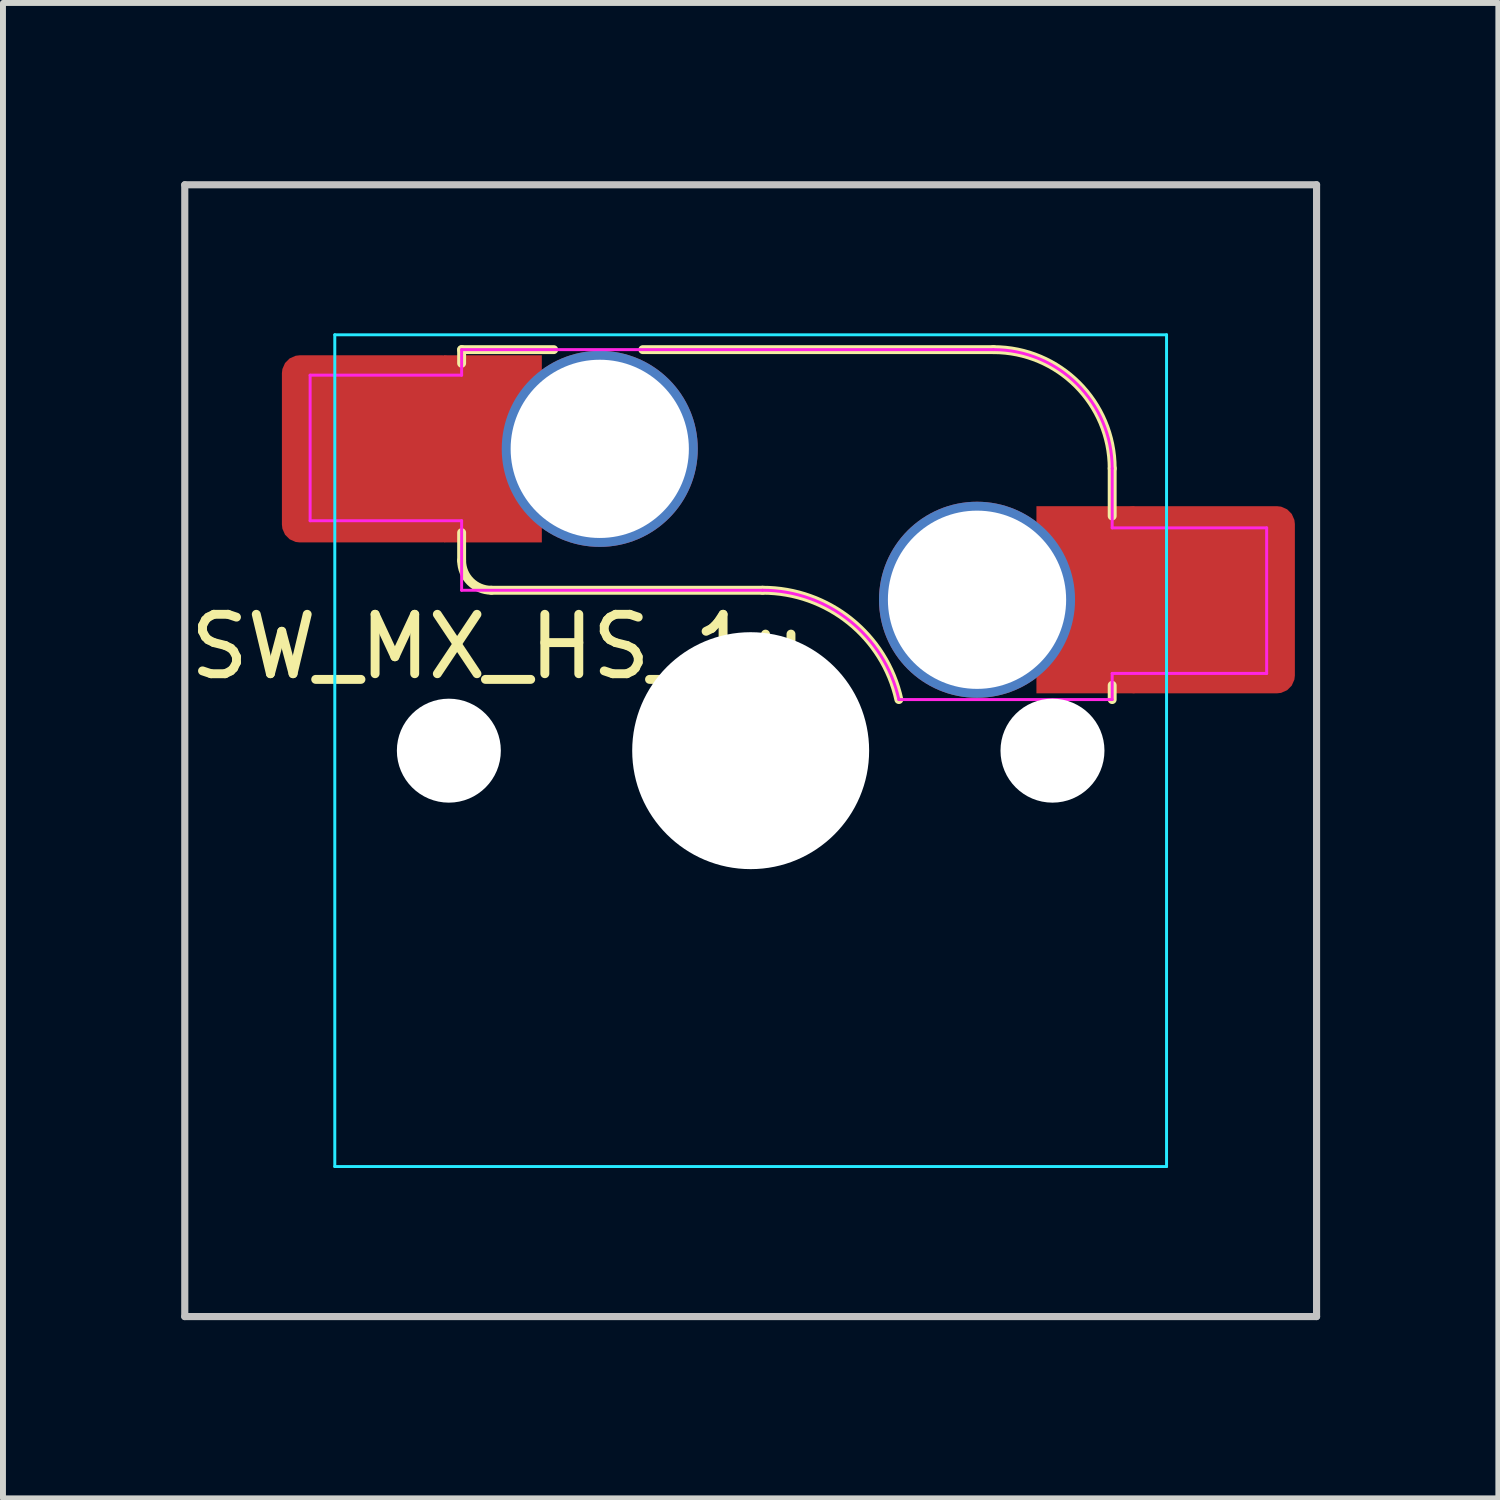
<source format=kicad_pcb>
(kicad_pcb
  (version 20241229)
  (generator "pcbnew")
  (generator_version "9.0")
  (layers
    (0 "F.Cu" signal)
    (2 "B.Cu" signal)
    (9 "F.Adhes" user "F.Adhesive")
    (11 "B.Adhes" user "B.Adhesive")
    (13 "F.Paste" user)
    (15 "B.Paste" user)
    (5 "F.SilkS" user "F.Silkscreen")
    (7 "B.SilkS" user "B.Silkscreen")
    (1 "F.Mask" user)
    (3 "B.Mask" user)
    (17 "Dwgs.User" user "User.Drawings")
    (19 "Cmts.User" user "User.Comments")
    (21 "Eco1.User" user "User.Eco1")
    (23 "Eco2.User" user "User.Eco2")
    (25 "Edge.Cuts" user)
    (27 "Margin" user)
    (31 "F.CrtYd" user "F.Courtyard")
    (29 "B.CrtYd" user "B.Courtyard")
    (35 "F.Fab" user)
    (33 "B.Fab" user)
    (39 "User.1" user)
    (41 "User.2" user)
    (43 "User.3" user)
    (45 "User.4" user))
  (footprint "SW_MX_HS_1u"
    (layer "F.Cu")
    (at 9.585 9.585)
    (property "Reference" "SW_MX_HS_1u" (at -4.25 -1.75 0) (layer "F.SilkS") (effects (font (size 1 1) (thickness 0.15))))
    (attr smd)
    (fp_line (start -4.865 -6.75) (end -4.865 -6.52) (stroke (width 0.15) (type solid)) (layer "F.SilkS"))
    (fp_line (start -4.865 -3.67) (end -4.865 -3.2) (stroke (width 0.15) (type solid)) (layer "F.SilkS"))
    (fp_line (start -4.365 -2.7) (end 0.2 -2.7) (stroke (width 0.15) (type solid)) (layer "F.SilkS"))
    (fp_line (start -3.315 -6.75) (end -4.865 -6.75) (stroke (width 0.15) (type solid)) (layer "F.SilkS"))
    (fp_line (start 4.085 -6.75) (end -1.815 -6.75) (stroke (width 0.15) (type solid)) (layer "F.SilkS"))
    (fp_line (start 6.085 -3.95) (end 6.085 -4.75) (stroke (width 0.15) (type solid)) (layer "F.SilkS"))
    (fp_line (start 6.085 -1.1) (end 6.085 -0.86) (stroke (width 0.15) (type solid)) (layer "F.SilkS"))
    (fp_arc (start -4.364824 -2.70022) (mid -4.718377 -2.846667) (end -4.864824 -3.20022) (stroke (width 0.15) (type solid)) (layer "F.SilkS"))
    (fp_arc (start 0.2 -2.70022) (mid 1.670693 -2.183637) (end 2.494322 -0.86022) (stroke (width 0.15) (type solid)) (layer "F.SilkS"))
    (fp_arc (start 4.085176 -6.75022) (mid 5.49939 -6.164434) (end 6.085176 -4.75022) (stroke (width 0.15) (type solid)) (layer "F.SilkS"))
    (fp_line (start -9.525 -9.525) (end 9.525 -9.525) (stroke (width 0.12) (type solid)) (layer "Dwgs.User"))
    (fp_line (start -9.525 9.525) (end -9.525 -9.525) (stroke (width 0.12) (type solid)) (layer "Dwgs.User"))
    (fp_line (start 9.525 -9.525) (end 9.525 9.525) (stroke (width 0.12) (type solid)) (layer "Dwgs.User"))
    (fp_line (start 9.525 9.525) (end -9.525 9.525) (stroke (width 0.12) (type solid)) (layer "Dwgs.User"))
    (fp_line (start -7 -6.5) (end -7 6.5) (stroke (width 0.05) (type solid)) (layer "Eco2.User"))
    (fp_line (start -6.5 7) (end 6.5 7) (stroke (width 0.05) (type solid)) (layer "Eco2.User"))
    (fp_line (start 6.5 -7) (end -6.5 -7) (stroke (width 0.05) (type solid)) (layer "Eco2.User"))
    (fp_line (start 7 6.5) (end 7 -6.5) (stroke (width 0.05) (type solid)) (layer "Eco2.User"))
    (fp_arc (start -7 -6.5) (mid -6.853553 -6.853553) (end -6.5 -7) (stroke (width 0.05) (type solid)) (layer "Eco2.User"))
    (fp_arc (start -6.497236 6.998884) (mid -6.850789 6.852437) (end -6.997236 6.498884) (stroke (width 0.05) (type solid)) (layer "Eco2.User"))
    (fp_arc (start 6.5 -7) (mid 6.853553 -6.853553) (end 7 -6.5) (stroke (width 0.05) (type solid)) (layer "Eco2.User"))
    (fp_arc (start 7 6.5) (mid 6.853553 6.853553) (end 6.5 7) (stroke (width 0.05) (type solid)) (layer "Eco2.User"))
    (fp_line (start -7 -7) (end 7 -7) (stroke (width 0.05) (type solid)) (layer "B.CrtYd"))
    (fp_line (start -7 7) (end -7 -7) (stroke (width 0.05) (type solid)) (layer "B.CrtYd"))
    (fp_line (start 7 -7) (end 7 7) (stroke (width 0.05) (type solid)) (layer "B.CrtYd"))
    (fp_line (start 7 7) (end -7 7) (stroke (width 0.05) (type solid)) (layer "B.CrtYd"))
    (fp_line (start -7.415 -6.32) (end -4.865 -6.32) (stroke (width 0.05) (type solid)) (layer "F.CrtYd"))
    (fp_line (start -7.415 -3.87) (end -7.415 -6.32) (stroke (width 0.05) (type solid)) (layer "F.CrtYd"))
    (fp_line (start -4.865 -6.75) (end -4.865 -6.32) (stroke (width 0.05) (type solid)) (layer "F.CrtYd"))
    (fp_line (start -4.865 -3.87) (end -7.415 -3.87) (stroke (width 0.05) (type solid)) (layer "F.CrtYd"))
    (fp_line (start -4.865 -3.87) (end -4.865 -2.7) (stroke (width 0.05) (type solid)) (layer "F.CrtYd"))
    (fp_line (start -4.865 -2.7) (end 0.2 -2.7) (stroke (width 0.05) (type solid)) (layer "F.CrtYd"))
    (fp_line (start 4.085 -6.75) (end -4.865 -6.75) (stroke (width 0.05) (type solid)) (layer "F.CrtYd"))
    (fp_line (start 6.085 -3.75) (end 6.085 -4.75) (stroke (width 0.05) (type solid)) (layer "F.CrtYd"))
    (fp_line (start 6.085 -3.75) (end 8.685 -3.75) (stroke (width 0.05) (type solid)) (layer "F.CrtYd"))
    (fp_line (start 6.085 -1.3) (end 6.085 -0.86) (stroke (width 0.05) (type solid)) (layer "F.CrtYd"))
    (fp_line (start 6.085 -0.86) (end 2.494 -0.86) (stroke (width 0.05) (type solid)) (layer "F.CrtYd"))
    (fp_line (start 8.685 -3.75) (end 8.685 -1.3) (stroke (width 0.05) (type solid)) (layer "F.CrtYd"))
    (fp_line (start 8.685 -1.3) (end 6.085 -1.3) (stroke (width 0.05) (type solid)) (layer "F.CrtYd"))
    (fp_arc (start 0.2 -2.70022) (mid 1.670503 -2.183399) (end 2.494322 -0.86022) (stroke (width 0.05) (type solid)) (layer "F.CrtYd"))
    (fp_arc (start 4.085176 -6.75022) (mid 5.49939 -6.164434) (end 6.085176 -4.75022) (stroke (width 0.05) (type solid)) (layer "F.CrtYd"))
    (pad "" np_thru_hole circle (at -5.08 0) (size 1.75 1.75) (drill 1.75) (layers "*.Cu" "*.Mask"))
    (pad "" np_thru_hole circle (at 0 0) (size 3.988 3.988) (drill 3.988) (layers "*.Cu" "*.Mask"))
    (pad "" np_thru_hole circle (at 5.08 0) (size 1.75 1.75) (drill 1.75) (layers "*.Cu" "*.Mask"))
    (pad "1" thru_hole circle (at 3.81 -2.54) (size 3.3 3.3) (drill 3) (layers "*.Cu" "*.Mask"))
    (pad "1" smd rect (at 5.635 -2.54 180) (size 1.65 3.15) (layers "F.Cu"))
    (pad "1" smd roundrect (at 7.66 -2.54) (size 3 3.15) (layers "F.Cu" "F.Mask" "F.Paste") (roundrect_rratio 0.1))
    (pad "2" smd roundrect (at -6.39 -5.08) (size 3 3.15) (layers "F.Cu" "F.Mask" "F.Paste") (roundrect_rratio 0.1))
    (pad "2" smd rect (at -4.34 -5.08) (size 1.65 3.15) (layers "F.Cu"))
    (pad "2" thru_hole circle (at -2.54 -5.08) (size 3.3 3.3) (drill 3) (layers "*.Cu" "*.Mask")))
  (gr_rect
    (start -3 -3)
    (end 22.17 22.17)
    (stroke (width 0.1) (type default))
    (fill no)
    (layer "Edge.Cuts")))
</source>
